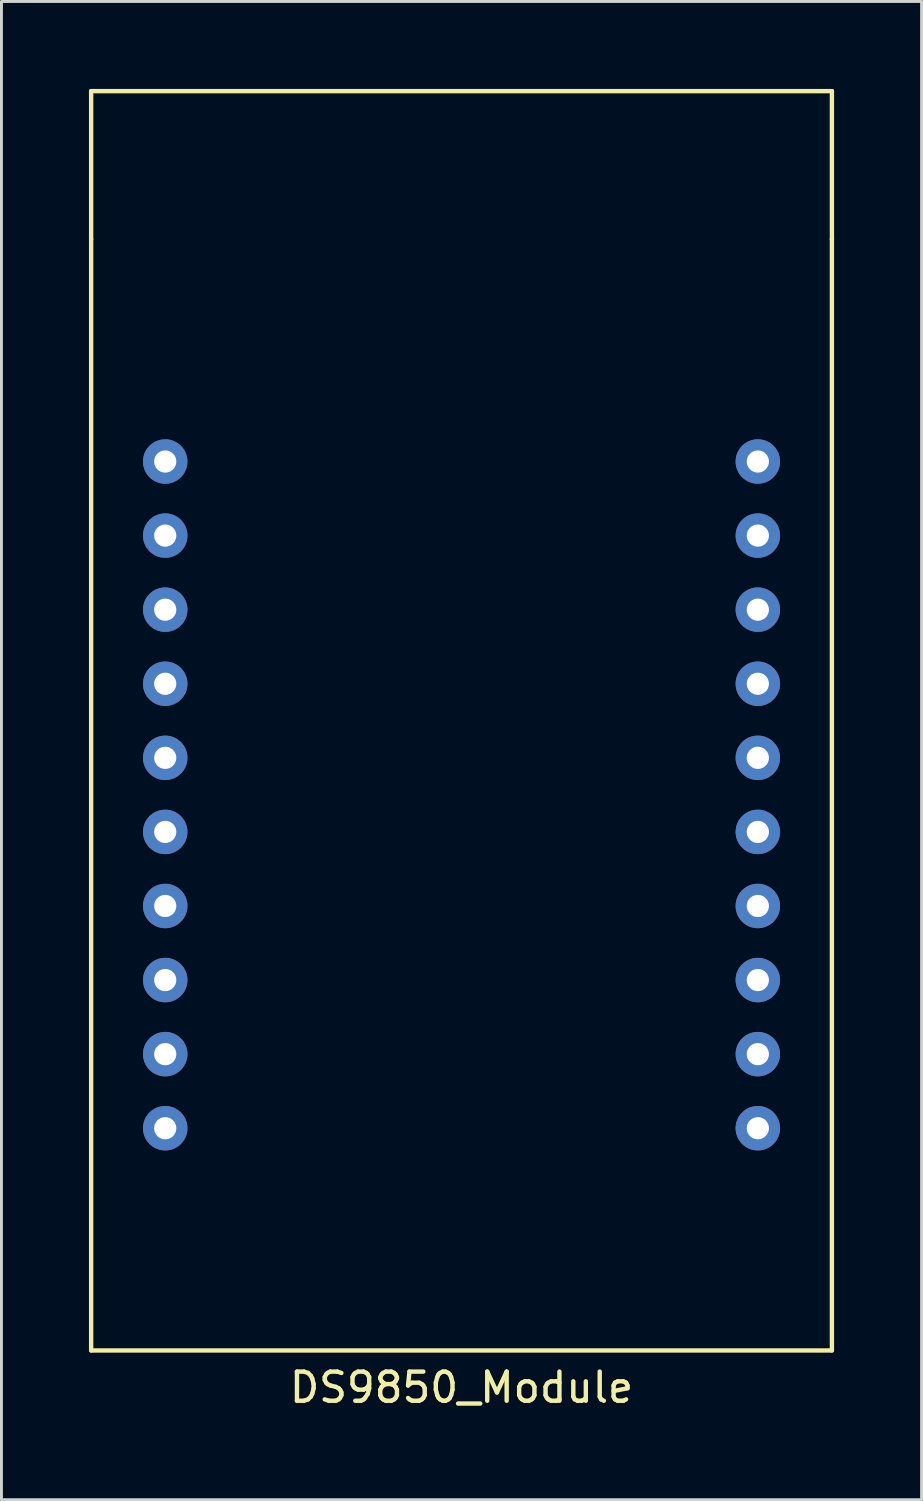
<source format=kicad_pcb>
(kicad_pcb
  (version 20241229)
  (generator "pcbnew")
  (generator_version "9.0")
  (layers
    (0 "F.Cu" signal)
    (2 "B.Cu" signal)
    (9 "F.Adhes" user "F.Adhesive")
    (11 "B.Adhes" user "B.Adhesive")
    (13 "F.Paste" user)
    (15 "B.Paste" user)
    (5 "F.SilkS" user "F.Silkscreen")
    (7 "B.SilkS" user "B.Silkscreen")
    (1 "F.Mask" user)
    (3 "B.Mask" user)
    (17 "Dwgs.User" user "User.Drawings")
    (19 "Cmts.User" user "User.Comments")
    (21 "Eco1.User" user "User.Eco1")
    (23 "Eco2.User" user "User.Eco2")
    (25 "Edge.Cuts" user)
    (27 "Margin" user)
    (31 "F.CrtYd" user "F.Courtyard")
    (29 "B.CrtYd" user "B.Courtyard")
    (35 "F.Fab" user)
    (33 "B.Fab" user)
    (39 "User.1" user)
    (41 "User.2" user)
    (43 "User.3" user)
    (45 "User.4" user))
  (footprint "DS9850_Module"
    (layer "F.Cu")
    (at 12.775 24.205)
    (property "Reference" "DS9850_Module" (at 0 20.32 0) (layer "F.SilkS") (effects (font (size 1 1) (thickness 0.15))))
    (attr through_hole)
    (fp_line (start -12.7 -24.13) (end -12.7 -19.05) (stroke (width 0.15) (type solid)) (layer "F.SilkS"))
    (fp_line (start -12.7 -19.05) (end -12.7 19.05) (stroke (width 0.15) (type solid)) (layer "F.SilkS"))
    (fp_line (start -12.7 19.05) (end 12.7 19.05) (stroke (width 0.15) (type solid)) (layer "F.SilkS"))
    (fp_line (start 12.7 -24.13) (end -12.7 -24.13) (stroke (width 0.15) (type solid)) (layer "F.SilkS"))
    (fp_line (start 12.7 -24.13) (end 12.7 -19.05) (stroke (width 0.15) (type solid)) (layer "F.SilkS"))
    (fp_line (start 12.7 19.05) (end 12.7 -19.05) (stroke (width 0.15) (type solid)) (layer "F.SilkS"))
    (pad "3" thru_hole circle (at -10.16 -6.35) (size 1.524 1.524) (drill 0.762) (layers "*.Cu" "*.Mask"))
    (pad "4" thru_hole circle (at -10.16 -3.81) (size 1.524 1.524) (drill 0.762) (layers "*.Cu" "*.Mask"))
    (pad "5" thru_hole circle (at -10.16 -1.27) (size 1.524 1.524) (drill 0.762) (layers "*.Cu" "*.Mask"))
    (pad "6" thru_hole circle (at -10.16 1.27) (size 1.524 1.524) (drill 0.762) (layers "*.Cu" "*.Mask"))
    (pad "7" thru_hole circle (at -10.16 3.81) (size 1.524 1.524) (drill 0.762) (layers "*.Cu" "*.Mask"))
    (pad "8" thru_hole circle (at -10.16 6.35) (size 1.524 1.524) (drill 0.762) (layers "*.Cu" "*.Mask"))
    (pad "9" thru_hole circle (at -10.16 8.89) (size 1.524 1.524) (drill 0.762) (layers "*.Cu" "*.Mask"))
    (pad "10" thru_hole circle (at -10.16 11.43) (size 1.524 1.524) (drill 0.762) (layers "*.Cu" "*.Mask"))
    (pad "11" thru_hole circle (at 10.16 11.43) (size 1.524 1.524) (drill 0.762) (layers "*.Cu" "*.Mask"))
    (pad "12" thru_hole circle (at 10.16 8.89) (size 1.524 1.524) (drill 0.762) (layers "*.Cu" "*.Mask"))
    (pad "13" thru_hole circle (at 10.16 6.35) (size 1.524 1.524) (drill 0.762) (layers "*.Cu" "*.Mask"))
    (pad "14" thru_hole circle (at 10.16 3.81) (size 1.524 1.524) (drill 0.762) (layers "*.Cu" "*.Mask"))
    (pad "15" thru_hole circle (at 10.16 1.27) (size 1.524 1.524) (drill 0.762) (layers "*.Cu" "*.Mask"))
    (pad "16" thru_hole circle (at 10.16 -1.27) (size 1.524 1.524) (drill 0.762) (layers "*.Cu" "*.Mask"))
    (pad "17" thru_hole circle (at 10.16 -3.81) (size 1.524 1.524) (drill 0.762) (layers "*.Cu" "*.Mask"))
    (pad "18" thru_hole circle (at 10.16 -6.35) (size 1.524 1.524) (drill 0.762) (layers "*.Cu" "*.Mask"))
    (pad "19" thru_hole circle (at 10.16 -8.89) (size 1.524 1.524) (drill 0.762) (layers "*.Cu" "*.Mask"))
    (pad "20" thru_hole circle (at 10.16 -11.43) (size 1.524 1.524) (drill 0.762) (layers "*.Cu" "*.Mask"))
    (pad "VCC" thru_hole circle (at -10.16 -11.43) (size 1.524 1.524) (drill 0.762) (layers "*.Cu" "*.Mask"))
    (pad "W_CL" thru_hole circle (at -10.16 -8.89 90) (size 1.524 1.524) (drill 0.762) (layers "*.Cu" "*.Mask")))
  (gr_rect
    (start -3 -3)
    (end 28.55 48.373)
    (stroke (width 0.1) (type default))
    (fill no)
    (layer "Edge.Cuts")))
</source>
